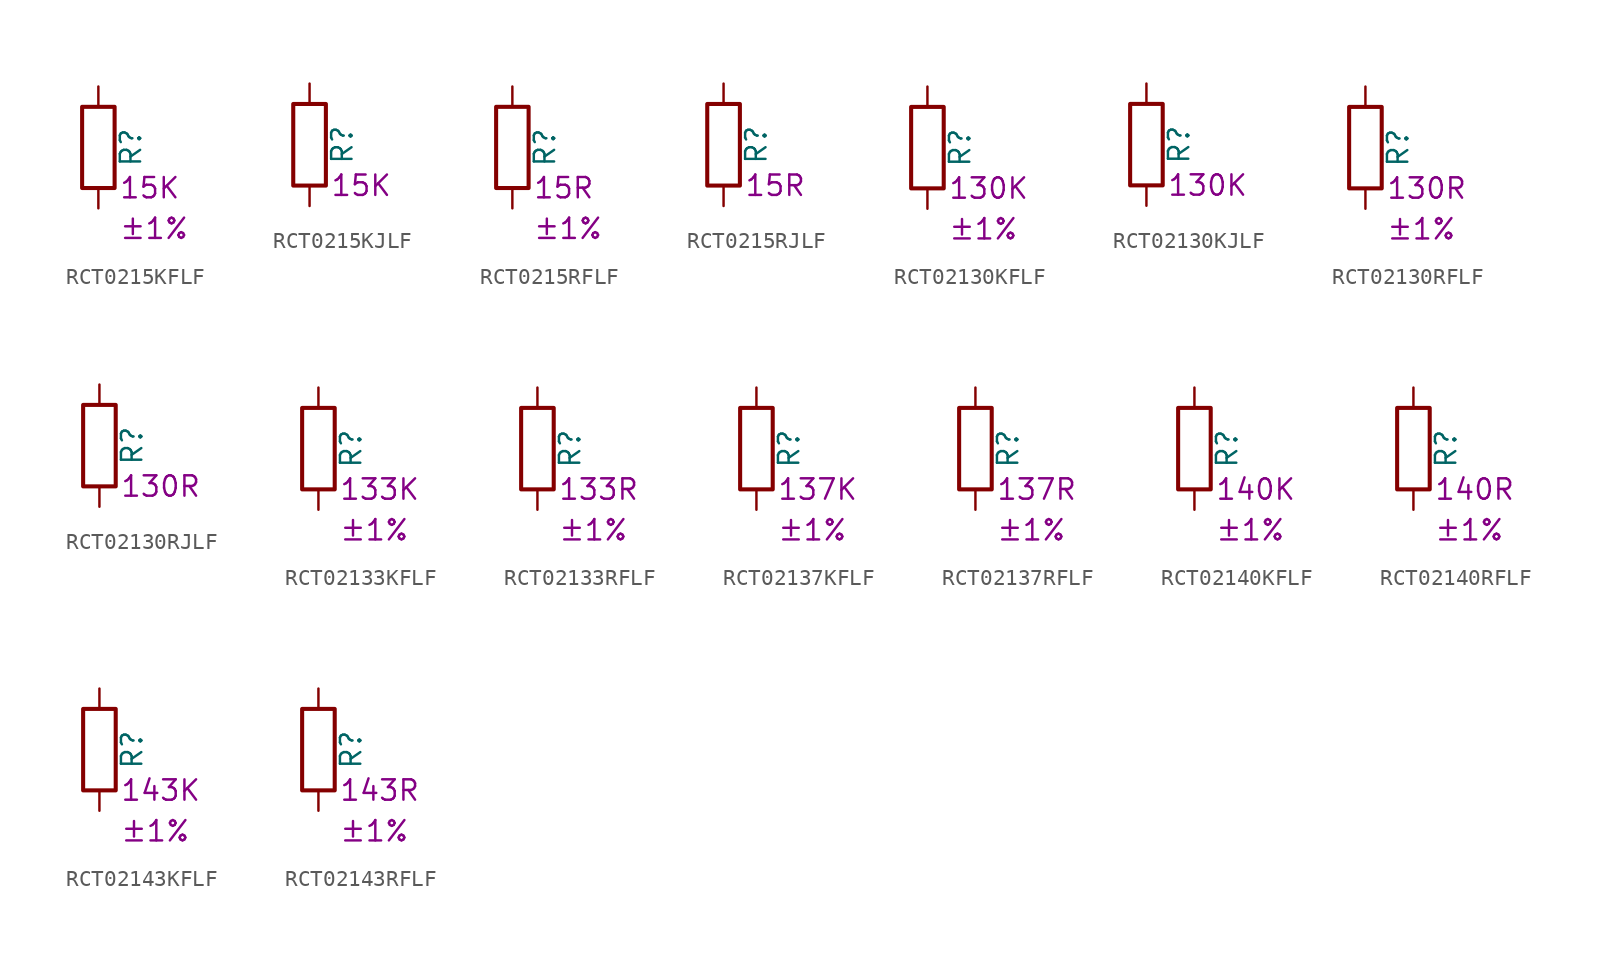
<source format=kicad_sym>
(kicad_symbol_lib
  (version 20220914)
  (generator kicad_symbol_editor)
  (symbol "RCT0215KFLF"
    (pin_numbers hide)
    (pin_names
      (offset 0))
    (property "Reference" "R"
      (at 2.032 0 90)
      (effects (font (size 1.27 1.27))))
    (property "Resistance" "15K"
      (at 1.27 -2.54 0)
      (effects (font (size 1.27 1.27)) (justify left)))
    (property "Tolerance" "±1%"
      (at 1.27 -5.08 0)
      (effects (font (size 1.27 1.27)) (justify left)))
    (symbol "RCT0215KFLF_0_1"
      (rectangle (start -1.016 -2.54) (end 1.016 2.54) (stroke (width 0.254) (type default)) (fill (type none))))
    (symbol "RCT0215KFLF_1_1"
      (pin passive line (at 0 3.81 270) (length 1.27) (name "~" (effects (font (size 1.27 1.27)))) (number "1" (effects (font (size 1.27 1.27)))))
      (pin passive line (at 0 -3.81 90) (length 1.27) (name "~" (effects (font (size 1.27 1.27)))) (number "2" (effects (font (size 1.27 1.27)))))))
  (symbol "RCT0215KJLF"
    (pin_numbers hide)
    (pin_names
      (offset 0))
    (property "Reference" "R"
      (at 2.032 0 90)
      (effects (font (size 1.27 1.27))))
    (property "Resistance" "15K"
      (at 1.27 -2.54 0)
      (effects (font (size 1.27 1.27)) (justify left)))
    (symbol "RCT0215KJLF_0_1"
      (rectangle (start -1.016 -2.54) (end 1.016 2.54) (stroke (width 0.254) (type default)) (fill (type none))))
    (symbol "RCT0215KJLF_1_1"
      (pin passive line (at 0 3.81 270) (length 1.27) (name "~" (effects (font (size 1.27 1.27)))) (number "1" (effects (font (size 1.27 1.27)))))
      (pin passive line (at 0 -3.81 90) (length 1.27) (name "~" (effects (font (size 1.27 1.27)))) (number "2" (effects (font (size 1.27 1.27)))))))
  (symbol "RCT0215RFLF"
    (pin_numbers hide)
    (pin_names
      (offset 0))
    (property "Reference" "R"
      (at 2.032 0 90)
      (effects (font (size 1.27 1.27))))
    (property "Resistance" "15R"
      (at 1.27 -2.54 0)
      (effects (font (size 1.27 1.27)) (justify left)))
    (property "Tolerance" "±1%"
      (at 1.27 -5.08 0)
      (effects (font (size 1.27 1.27)) (justify left)))
    (symbol "RCT0215RFLF_0_1"
      (rectangle (start -1.016 -2.54) (end 1.016 2.54) (stroke (width 0.254) (type default)) (fill (type none))))
    (symbol "RCT0215RFLF_1_1"
      (pin passive line (at 0 3.81 270) (length 1.27) (name "~" (effects (font (size 1.27 1.27)))) (number "1" (effects (font (size 1.27 1.27)))))
      (pin passive line (at 0 -3.81 90) (length 1.27) (name "~" (effects (font (size 1.27 1.27)))) (number "2" (effects (font (size 1.27 1.27)))))))
  (symbol "RCT0215RJLF"
    (pin_numbers hide)
    (pin_names
      (offset 0))
    (property "Reference" "R"
      (at 2.032 0 90)
      (effects (font (size 1.27 1.27))))
    (property "Resistance" "15R"
      (at 1.27 -2.54 0)
      (effects (font (size 1.27 1.27)) (justify left)))
    (symbol "RCT0215RJLF_0_1"
      (rectangle (start -1.016 -2.54) (end 1.016 2.54) (stroke (width 0.254) (type default)) (fill (type none))))
    (symbol "RCT0215RJLF_1_1"
      (pin passive line (at 0 3.81 270) (length 1.27) (name "~" (effects (font (size 1.27 1.27)))) (number "1" (effects (font (size 1.27 1.27)))))
      (pin passive line (at 0 -3.81 90) (length 1.27) (name "~" (effects (font (size 1.27 1.27)))) (number "2" (effects (font (size 1.27 1.27)))))))
  (symbol "RCT02130KFLF"
    (pin_numbers hide)
    (pin_names
      (offset 0))
    (property "Reference" "R"
      (at 2.032 0 90)
      (effects (font (size 1.27 1.27))))
    (property "Resistance" "130K"
      (at 1.27 -2.54 0)
      (effects (font (size 1.27 1.27)) (justify left)))
    (property "Tolerance" "±1%"
      (at 1.27 -5.08 0)
      (effects (font (size 1.27 1.27)) (justify left)))
    (symbol "RCT02130KFLF_0_1"
      (rectangle (start -1.016 -2.54) (end 1.016 2.54) (stroke (width 0.254) (type default)) (fill (type none))))
    (symbol "RCT02130KFLF_1_1"
      (pin passive line (at 0 3.81 270) (length 1.27) (name "~" (effects (font (size 1.27 1.27)))) (number "1" (effects (font (size 1.27 1.27)))))
      (pin passive line (at 0 -3.81 90) (length 1.27) (name "~" (effects (font (size 1.27 1.27)))) (number "2" (effects (font (size 1.27 1.27)))))))
  (symbol "RCT02130KJLF"
    (pin_numbers hide)
    (pin_names
      (offset 0))
    (property "Reference" "R"
      (at 2.032 0 90)
      (effects (font (size 1.27 1.27))))
    (property "Resistance" "130K"
      (at 1.27 -2.54 0)
      (effects (font (size 1.27 1.27)) (justify left)))
    (symbol "RCT02130KJLF_0_1"
      (rectangle (start -1.016 -2.54) (end 1.016 2.54) (stroke (width 0.254) (type default)) (fill (type none))))
    (symbol "RCT02130KJLF_1_1"
      (pin passive line (at 0 3.81 270) (length 1.27) (name "~" (effects (font (size 1.27 1.27)))) (number "1" (effects (font (size 1.27 1.27)))))
      (pin passive line (at 0 -3.81 90) (length 1.27) (name "~" (effects (font (size 1.27 1.27)))) (number "2" (effects (font (size 1.27 1.27)))))))
  (symbol "RCT02130RFLF"
    (pin_numbers hide)
    (pin_names
      (offset 0))
    (property "Reference" "R"
      (at 2.032 0 90)
      (effects (font (size 1.27 1.27))))
    (property "Resistance" "130R"
      (at 1.27 -2.54 0)
      (effects (font (size 1.27 1.27)) (justify left)))
    (property "Tolerance" "±1%"
      (at 1.27 -5.08 0)
      (effects (font (size 1.27 1.27)) (justify left)))
    (symbol "RCT02130RFLF_0_1"
      (rectangle (start -1.016 -2.54) (end 1.016 2.54) (stroke (width 0.254) (type default)) (fill (type none))))
    (symbol "RCT02130RFLF_1_1"
      (pin passive line (at 0 3.81 270) (length 1.27) (name "~" (effects (font (size 1.27 1.27)))) (number "1" (effects (font (size 1.27 1.27)))))
      (pin passive line (at 0 -3.81 90) (length 1.27) (name "~" (effects (font (size 1.27 1.27)))) (number "2" (effects (font (size 1.27 1.27)))))))
  (symbol "RCT02130RJLF"
    (pin_numbers hide)
    (pin_names
      (offset 0))
    (property "Reference" "R"
      (at 2.032 0 90)
      (effects (font (size 1.27 1.27))))
    (property "Resistance" "130R"
      (at 1.27 -2.54 0)
      (effects (font (size 1.27 1.27)) (justify left)))
    (symbol "RCT02130RJLF_0_1"
      (rectangle (start -1.016 -2.54) (end 1.016 2.54) (stroke (width 0.254) (type default)) (fill (type none))))
    (symbol "RCT02130RJLF_1_1"
      (pin passive line (at 0 3.81 270) (length 1.27) (name "~" (effects (font (size 1.27 1.27)))) (number "1" (effects (font (size 1.27 1.27)))))
      (pin passive line (at 0 -3.81 90) (length 1.27) (name "~" (effects (font (size 1.27 1.27)))) (number "2" (effects (font (size 1.27 1.27)))))))
  (symbol "RCT02133KFLF"
    (pin_numbers hide)
    (pin_names
      (offset 0))
    (property "Reference" "R"
      (at 2.032 0 90)
      (effects (font (size 1.27 1.27))))
    (property "Resistance" "133K"
      (at 1.27 -2.54 0)
      (effects (font (size 1.27 1.27)) (justify left)))
    (property "Tolerance" "±1%"
      (at 1.27 -5.08 0)
      (effects (font (size 1.27 1.27)) (justify left)))
    (symbol "RCT02133KFLF_0_1"
      (rectangle (start -1.016 -2.54) (end 1.016 2.54) (stroke (width 0.254) (type default)) (fill (type none))))
    (symbol "RCT02133KFLF_1_1"
      (pin passive line (at 0 3.81 270) (length 1.27) (name "~" (effects (font (size 1.27 1.27)))) (number "1" (effects (font (size 1.27 1.27)))))
      (pin passive line (at 0 -3.81 90) (length 1.27) (name "~" (effects (font (size 1.27 1.27)))) (number "2" (effects (font (size 1.27 1.27)))))))
  (symbol "RCT02133RFLF"
    (pin_numbers hide)
    (pin_names
      (offset 0))
    (property "Reference" "R"
      (at 2.032 0 90)
      (effects (font (size 1.27 1.27))))
    (property "Resistance" "133R"
      (at 1.27 -2.54 0)
      (effects (font (size 1.27 1.27)) (justify left)))
    (property "Tolerance" "±1%"
      (at 1.27 -5.08 0)
      (effects (font (size 1.27 1.27)) (justify left)))
    (symbol "RCT02133RFLF_0_1"
      (rectangle (start -1.016 -2.54) (end 1.016 2.54) (stroke (width 0.254) (type default)) (fill (type none))))
    (symbol "RCT02133RFLF_1_1"
      (pin passive line (at 0 3.81 270) (length 1.27) (name "~" (effects (font (size 1.27 1.27)))) (number "1" (effects (font (size 1.27 1.27)))))
      (pin passive line (at 0 -3.81 90) (length 1.27) (name "~" (effects (font (size 1.27 1.27)))) (number "2" (effects (font (size 1.27 1.27)))))))
  (symbol "RCT02137KFLF"
    (pin_numbers hide)
    (pin_names
      (offset 0))
    (property "Reference" "R"
      (at 2.032 0 90)
      (effects (font (size 1.27 1.27))))
    (property "Resistance" "137K"
      (at 1.27 -2.54 0)
      (effects (font (size 1.27 1.27)) (justify left)))
    (property "Tolerance" "±1%"
      (at 1.27 -5.08 0)
      (effects (font (size 1.27 1.27)) (justify left)))
    (symbol "RCT02137KFLF_0_1"
      (rectangle (start -1.016 -2.54) (end 1.016 2.54) (stroke (width 0.254) (type default)) (fill (type none))))
    (symbol "RCT02137KFLF_1_1"
      (pin passive line (at 0 3.81 270) (length 1.27) (name "~" (effects (font (size 1.27 1.27)))) (number "1" (effects (font (size 1.27 1.27)))))
      (pin passive line (at 0 -3.81 90) (length 1.27) (name "~" (effects (font (size 1.27 1.27)))) (number "2" (effects (font (size 1.27 1.27)))))))
  (symbol "RCT02137RFLF"
    (pin_numbers hide)
    (pin_names
      (offset 0))
    (property "Reference" "R"
      (at 2.032 0 90)
      (effects (font (size 1.27 1.27))))
    (property "Resistance" "137R"
      (at 1.27 -2.54 0)
      (effects (font (size 1.27 1.27)) (justify left)))
    (property "Tolerance" "±1%"
      (at 1.27 -5.08 0)
      (effects (font (size 1.27 1.27)) (justify left)))
    (symbol "RCT02137RFLF_0_1"
      (rectangle (start -1.016 -2.54) (end 1.016 2.54) (stroke (width 0.254) (type default)) (fill (type none))))
    (symbol "RCT02137RFLF_1_1"
      (pin passive line (at 0 3.81 270) (length 1.27) (name "~" (effects (font (size 1.27 1.27)))) (number "1" (effects (font (size 1.27 1.27)))))
      (pin passive line (at 0 -3.81 90) (length 1.27) (name "~" (effects (font (size 1.27 1.27)))) (number "2" (effects (font (size 1.27 1.27)))))))
  (symbol "RCT02140KFLF"
    (pin_numbers hide)
    (pin_names
      (offset 0))
    (property "Reference" "R"
      (at 2.032 0 90)
      (effects (font (size 1.27 1.27))))
    (property "Resistance" "140K"
      (at 1.27 -2.54 0)
      (effects (font (size 1.27 1.27)) (justify left)))
    (property "Tolerance" "±1%"
      (at 1.27 -5.08 0)
      (effects (font (size 1.27 1.27)) (justify left)))
    (symbol "RCT02140KFLF_0_1"
      (rectangle (start -1.016 -2.54) (end 1.016 2.54) (stroke (width 0.254) (type default)) (fill (type none))))
    (symbol "RCT02140KFLF_1_1"
      (pin passive line (at 0 3.81 270) (length 1.27) (name "~" (effects (font (size 1.27 1.27)))) (number "1" (effects (font (size 1.27 1.27)))))
      (pin passive line (at 0 -3.81 90) (length 1.27) (name "~" (effects (font (size 1.27 1.27)))) (number "2" (effects (font (size 1.27 1.27)))))))
  (symbol "RCT02140RFLF"
    (pin_numbers hide)
    (pin_names
      (offset 0))
    (property "Reference" "R"
      (at 2.032 0 90)
      (effects (font (size 1.27 1.27))))
    (property "Resistance" "140R"
      (at 1.27 -2.54 0)
      (effects (font (size 1.27 1.27)) (justify left)))
    (property "Tolerance" "±1%"
      (at 1.27 -5.08 0)
      (effects (font (size 1.27 1.27)) (justify left)))
    (symbol "RCT02140RFLF_0_1"
      (rectangle (start -1.016 -2.54) (end 1.016 2.54) (stroke (width 0.254) (type default)) (fill (type none))))
    (symbol "RCT02140RFLF_1_1"
      (pin passive line (at 0 3.81 270) (length 1.27) (name "~" (effects (font (size 1.27 1.27)))) (number "1" (effects (font (size 1.27 1.27)))))
      (pin passive line (at 0 -3.81 90) (length 1.27) (name "~" (effects (font (size 1.27 1.27)))) (number "2" (effects (font (size 1.27 1.27)))))))
  (symbol "RCT02143KFLF"
    (pin_numbers hide)
    (pin_names
      (offset 0))
    (property "Reference" "R"
      (at 2.032 0 90)
      (effects (font (size 1.27 1.27))))
    (property "Resistance" "143K"
      (at 1.27 -2.54 0)
      (effects (font (size 1.27 1.27)) (justify left)))
    (property "Tolerance" "±1%"
      (at 1.27 -5.08 0)
      (effects (font (size 1.27 1.27)) (justify left)))
    (symbol "RCT02143KFLF_0_1"
      (rectangle (start -1.016 -2.54) (end 1.016 2.54) (stroke (width 0.254) (type default)) (fill (type none))))
    (symbol "RCT02143KFLF_1_1"
      (pin passive line (at 0 3.81 270) (length 1.27) (name "~" (effects (font (size 1.27 1.27)))) (number "1" (effects (font (size 1.27 1.27)))))
      (pin passive line (at 0 -3.81 90) (length 1.27) (name "~" (effects (font (size 1.27 1.27)))) (number "2" (effects (font (size 1.27 1.27)))))))
  (symbol "RCT02143RFLF"
    (pin_numbers hide)
    (pin_names
      (offset 0))
    (property "Reference" "R"
      (at 2.032 0 90)
      (effects (font (size 1.27 1.27))))
    (property "Resistance" "143R"
      (at 1.27 -2.54 0)
      (effects (font (size 1.27 1.27)) (justify left)))
    (property "Tolerance" "±1%"
      (at 1.27 -5.08 0)
      (effects (font (size 1.27 1.27)) (justify left)))
    (symbol "RCT02143RFLF_0_1"
      (rectangle (start -1.016 -2.54) (end 1.016 2.54) (stroke (width 0.254) (type default)) (fill (type none))))
    (symbol "RCT02143RFLF_1_1"
      (pin passive line (at 0 3.81 270) (length 1.27) (name "~" (effects (font (size 1.27 1.27)))) (number "1" (effects (font (size 1.27 1.27)))))
      (pin passive line (at 0 -3.81 90) (length 1.27) (name "~" (effects (font (size 1.27 1.27)))) (number "2" (effects (font (size 1.27 1.27))))))))
</source>
